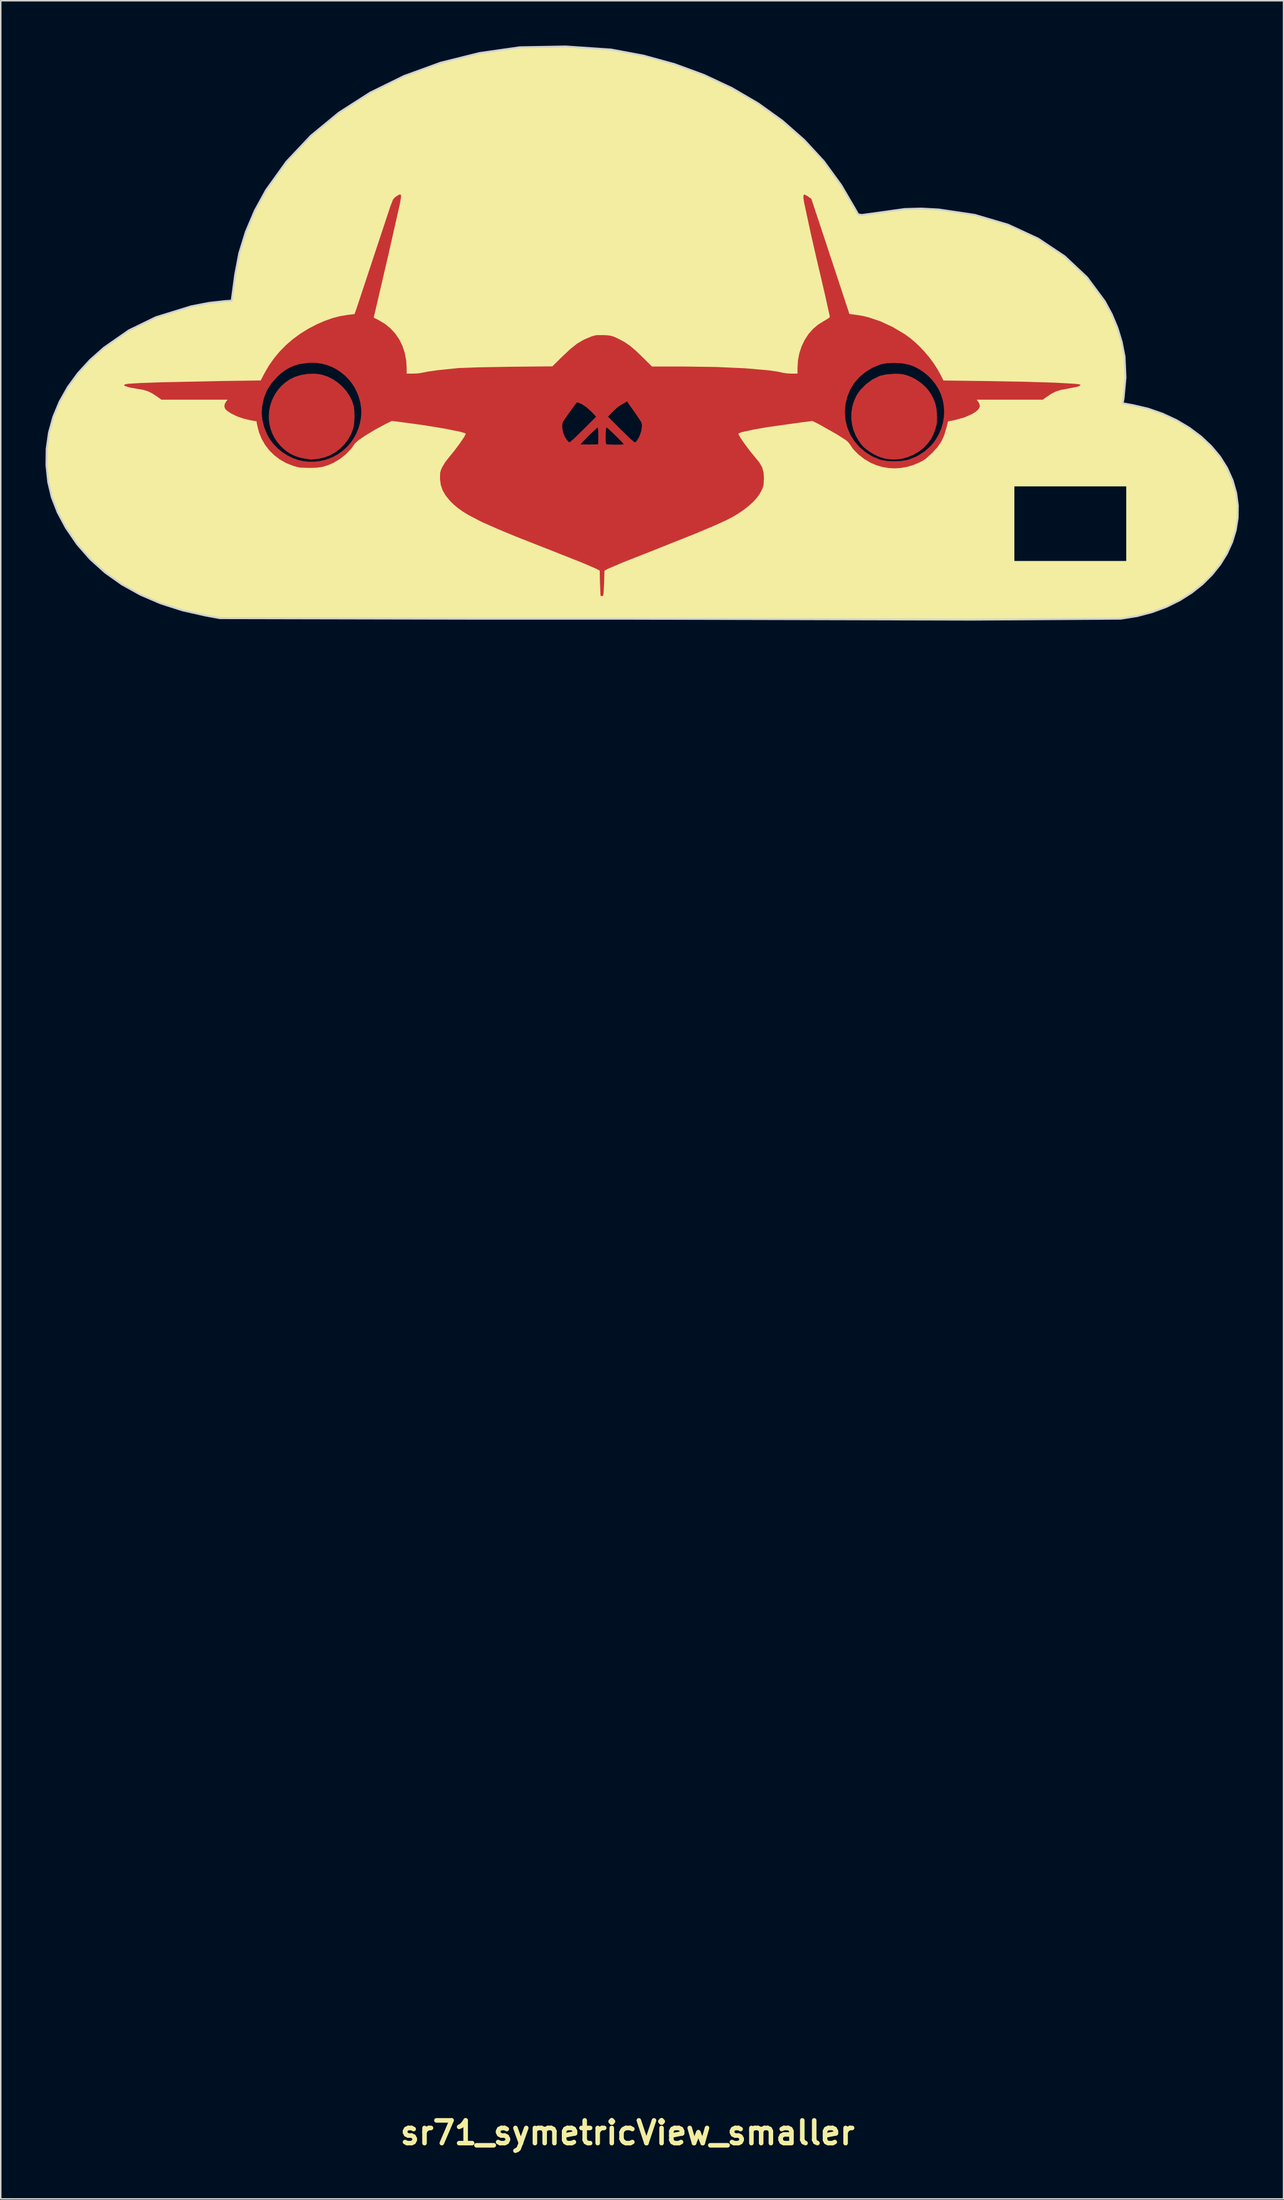
<source format=kicad_pcb>
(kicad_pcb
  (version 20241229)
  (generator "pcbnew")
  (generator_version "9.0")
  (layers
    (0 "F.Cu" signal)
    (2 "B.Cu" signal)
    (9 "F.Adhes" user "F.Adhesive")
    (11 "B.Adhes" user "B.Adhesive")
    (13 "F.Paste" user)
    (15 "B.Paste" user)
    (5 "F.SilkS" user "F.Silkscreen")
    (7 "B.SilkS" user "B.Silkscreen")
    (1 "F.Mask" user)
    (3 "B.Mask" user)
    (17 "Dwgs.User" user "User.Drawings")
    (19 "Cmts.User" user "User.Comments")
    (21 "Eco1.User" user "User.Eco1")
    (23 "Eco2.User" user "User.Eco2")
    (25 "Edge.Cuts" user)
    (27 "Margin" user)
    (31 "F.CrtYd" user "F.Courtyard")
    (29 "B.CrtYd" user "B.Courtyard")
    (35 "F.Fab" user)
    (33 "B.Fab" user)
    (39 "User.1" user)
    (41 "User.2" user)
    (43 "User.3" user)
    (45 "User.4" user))
  (footprint "sr71_symetricView_smaller"
    (layer "F.Cu")
    (at 39.016 20.484)
    (property "Reference" "sr71_symetricView_smaller" (at 0 119.418 0) (layer "F.SilkS") (effects (font (size 1.524 1.524) (thickness 0.305))))
    (attr exclude_from_pos_files exclude_from_bom)
    (fp_poly (pts (xy -21.005 1.511) (xy -21.456 1.527) (xy -21.904 1.603) (xy -22.322 1.735) (xy -22.687 1.921) (xy -22.96 2.116) (xy -23.203 2.336) (xy -23.417 2.576) (xy -23.599 2.835) (xy -23.751 3.109) (xy -23.872 3.395) (xy -23.962 3.691) (xy -24.02 3.994) (xy -24.045 4.3) (xy -24.039 4.609) (xy -23.999 4.914) (xy -23.925 5.216) (xy -23.818 5.511) (xy -23.677 5.795) (xy -23.501 6.066) (xy -23.29 6.322) (xy -23.085 6.525) (xy -22.872 6.701) (xy -22.647 6.852) (xy -22.407 6.978) (xy -22.148 7.081) (xy -21.866 7.163) (xy -21.222 7.271) (xy -20.746 7.221) (xy -20.746 7.221) (xy -20.34 7.134) (xy -19.955 6.989) (xy -19.596 6.791) (xy -19.268 6.544) (xy -18.977 6.253) (xy -18.728 5.923) (xy -18.527 5.558) (xy -18.379 5.164) (xy -18.322 4.845) (xy -18.297 4.434) (xy -18.307 4.018) (xy -18.352 3.678) (xy -18.463 3.331) (xy -18.632 2.993) (xy -18.85 2.673) (xy -19.112 2.378) (xy -19.409 2.115) (xy -19.734 1.891) (xy -20.08 1.714) (xy -20.44 1.59) (xy -20.714 1.536) (xy -21.005 1.511)) (stroke (width 0) (type solid)) (fill yes) (layer "F.Cu"))
    (fp_poly (pts (xy 17.911 1.516) (xy 17.357 1.558) (xy 16.914 1.658) (xy 16.43 1.896) (xy 15.99 2.216) (xy 15.615 2.6) (xy 15.459 2.81) (xy 15.327 3.029) (xy 15.17 3.385) (xy 15.064 3.758) (xy 15.01 4.143) (xy 15.007 4.533) (xy 15.055 4.921) (xy 15.153 5.301) (xy 15.302 5.666) (xy 15.5 6.009) (xy 15.666 6.244) (xy 15.815 6.416) (xy 15.989 6.567) (xy 16.231 6.741) (xy 16.48 6.898) (xy 16.734 7.026) (xy 16.992 7.127) (xy 17.256 7.201) (xy 17.526 7.246) (xy 17.803 7.264) (xy 18.087 7.255) (xy 18.38 7.219) (xy 18.772 7.116) (xy 19.179 6.943) (xy 19.558 6.723) (xy 19.87 6.474) (xy 20.136 6.188) (xy 20.345 5.899) (xy 20.51 5.584) (xy 20.643 5.225) (xy 20.715 4.974) (xy 20.752 4.769) (xy 20.751 4.245) (xy 20.714 3.845) (xy 20.639 3.505) (xy 20.516 3.185) (xy 20.331 2.844) (xy 20.178 2.624) (xy 19.992 2.412) (xy 19.778 2.213) (xy 19.543 2.031) (xy 19.292 1.871) (xy 19.031 1.736) (xy 18.766 1.63) (xy 18.504 1.558) (xy 18.232 1.523) (xy 17.911 1.516)) (stroke (width 0) (type solid)) (fill yes) (layer "F.Cu"))
    (fp_poly (pts (xy -4.141 -20.42) (xy -7.218 -20.366) (xy -9.932 -19.978) (xy -12.526 -19.331) (xy -14.978 -18.44) (xy -17.261 -17.317) (xy -19.352 -15.977) (xy -21.227 -14.434) (xy -22.86 -12.7) (xy -24.229 -10.789) (xy -24.98 -9.42) (xy -25.583 -8.002) (xy -26.026 -6.563) (xy -26.299 -5.134) (xy -26.47 -3.852) (xy -26.536 -3.38) (xy -26.93 -3.357) (xy -28.046 -3.236) (xy -29.255 -3.001) (xy -31.616 -2.272) (xy -33.423 -1.394) (xy -35.097 -0.23) (xy -36.026 0.594) (xy -36.834 1.475) (xy -37.516 2.409) (xy -38.07 3.388) (xy -38.494 4.408) (xy -38.784 5.463) (xy -38.938 6.546) (xy -38.952 7.653) (xy -38.835 8.771) (xy -38.591 9.8) (xy -38.2 10.804) (xy -37.642 11.847) (xy -36.89 12.947) (xy -36.011 13.947) (xy -35.009 14.845) (xy -33.888 15.638) (xy -32.651 16.325) (xy -31.303 16.903) (xy -29.847 17.369) (xy -28.286 17.721) (xy -27.323 17.897) (xy -21.325 17.909) (xy -21.325 7.412) (xy -21.674 7.382) (xy -22.057 7.302) (xy -22.434 7.17) (xy -22.797 6.989) (xy -23.141 6.768) (xy -23.456 6.508) (xy -23.737 6.217) (xy -23.977 5.898) (xy -24.168 5.558) (xy -24.357 5.083) (xy -24.474 4.617) (xy -24.519 4.157) (xy -24.491 3.706) (xy -24.369 3.135) (xy -24.169 2.633) (xy -23.878 2.171) (xy -23.48 1.721) (xy -23.255 1.514) (xy -23.023 1.334) (xy -22.782 1.181) (xy -22.531 1.054) (xy -22.268 0.951) (xy -21.991 0.873) (xy -21.39 0.787) (xy -21.197 0.779) (xy -20.839 0.794) (xy -20.493 0.845) (xy -20.156 0.932) (xy -19.833 1.055) (xy -19.524 1.213) (xy -19.23 1.405) (xy -18.953 1.63) (xy -18.693 1.89) (xy -18.473 2.163) (xy -18.283 2.463) (xy -18.125 2.784) (xy -18 3.12) (xy -17.91 3.465) (xy -17.857 3.812) (xy -17.843 4.157) (xy -17.871 4.494) (xy -17.938 4.841) (xy -18.036 5.171) (xy -18.163 5.484) (xy -18.318 5.778) (xy -18.497 6.052) (xy -18.701 6.305) (xy -18.926 6.535) (xy -19.172 6.742) (xy -19.437 6.923) (xy -19.719 7.078) (xy -20.016 7.205) (xy -20.327 7.303) (xy -20.649 7.372) (xy -20.983 7.408) (xy -21.325 7.412) (xy -21.325 17.909) (xy -6.716 17.937) (xy -6.716 17.937) (xy -3.881 17.943) (xy -3.881 6.113) (xy -3.963 6.062) (xy -4.072 5.941) (xy -4.2 5.735) (xy -4.295 5.51) (xy -4.353 5.275) (xy -4.373 5.04) (xy -4.362 4.873) (xy -4.31 4.719) (xy -3.944 4.181) (xy -3.446 3.5) (xy -3.375 3.437) (xy -3.272 3.459) (xy -3.062 3.558) (xy -2.745 3.765) (xy -2.425 4.054) (xy -2.103 4.393) (xy -2.96 5.253) (xy -3.584 5.861) (xy -3.881 6.113) (xy -3.881 17.943) (xy -2.561 17.946) (xy -2.561 6.26) (xy -3.157 6.251) (xy -2.593 5.662) (xy -1.994 5.107) (xy -1.964 5.275) (xy -1.957 5.676) (xy -1.966 6.245) (xy -2.561 6.26) (xy -2.561 17.946) (xy -0.822 17.949) (xy -0.822 6.27) (xy -1.226 6.259) (xy -1.428 6.236) (xy -1.458 6.034) (xy -1.462 5.649) (xy -1.445 5.275) (xy -1.409 5.107) (xy -1.204 5.278) (xy -0.807 5.657) (xy -0.42 6.045) (xy -0.245 6.245) (xy -0.425 6.266) (xy -0.822 6.27) (xy -0.822 17.949) (xy 0.478 17.952) (xy 0.478 6.113) (xy 0.181 5.861) (xy -0.444 5.253) (xy -1.303 4.393) (xy -0.96 4.039) (xy -0.687 3.78) (xy -0.514 3.653) (xy -0.224 3.492) (xy -0.033 3.364) (xy 0.085 3.543) (xy 0.588 4.253) (xy 0.911 4.739) (xy 0.961 4.884) (xy 0.972 5.036) (xy 0.92 5.375) (xy 0.794 5.727) (xy 0.634 6.002) (xy 0.553 6.084) (xy 0.478 6.113) (xy 0.478 17.952) (xy 17.877 17.987) (xy 17.877 7.386) (xy 17.358 7.359) (xy 16.94 7.276) (xy 16.94 7.276) (xy 16.432 7.064) (xy 15.973 6.785) (xy 15.569 6.444) (xy 15.226 6.051) (xy 14.949 5.613) (xy 14.744 5.136) (xy 14.618 4.63) (xy 14.575 4.103) (xy 14.618 3.556) (xy 14.741 3.041) (xy 14.941 2.563) (xy 15.213 2.125) (xy 15.555 1.735) (xy 15.962 1.397) (xy 16.43 1.115) (xy 16.956 0.895) (xy 17.373 0.813) (xy 17.9 0.79) (xy 18.438 0.823) (xy 18.889 0.913) (xy 19.231 1.042) (xy 19.558 1.213) (xy 19.868 1.42) (xy 20.155 1.658) (xy 20.416 1.926) (xy 20.647 2.219) (xy 20.843 2.533) (xy 21 2.863) (xy 21.125 3.238) (xy 21.201 3.624) (xy 21.23 4.016) (xy 21.212 4.411) (xy 21.147 4.802) (xy 21.036 5.186) (xy 20.879 5.557) (xy 20.677 5.91) (xy 20.508 6.145) (xy 20.319 6.363) (xy 19.887 6.747) (xy 19.391 7.053) (xy 18.843 7.272) (xy 18.402 7.357) (xy 17.877 7.386) (xy 17.877 17.987) (xy 23.089 17.998) (xy 33.073 17.934) (xy 34.008 17.785) (xy 34.008 14.613) (xy 25.508 14.613) (xy 25.508 8.612) (xy 34.008 8.612) (xy 34.008 14.613) (xy 34.008 17.785) (xy 34.155 17.762) (xy 35.176 17.495) (xy 36.132 17.139) (xy 37.016 16.703) (xy 37.824 16.193) (xy 38.55 15.618) (xy 39.189 14.984) (xy 39.738 14.297) (xy 40.188 13.567) (xy 40.537 12.8) (xy 40.779 12.002) (xy 40.908 11.184) (xy 40.92 10.349) (xy 40.809 9.507) (xy 40.57 8.665) (xy 40.199 7.829) (xy 39.726 7.077) (xy 39.137 6.371) (xy 38.446 5.722) (xy 37.664 5.138) (xy 36.806 4.627) (xy 35.883 4.198) (xy 34.91 3.86) (xy 33.898 3.622) (xy 33.198 3.495) (xy 33.259 3.17) (xy 33.389 1.767) (xy 33.326 0.364) (xy 33.136 -0.616) (xy 32.848 -1.563) (xy 32.467 -2.473) (xy 31.998 -3.342) (xy 30.807 -4.948) (xy 29.309 -6.356) (xy 27.535 -7.539) (xy 25.517 -8.473) (xy 23.288 -9.132) (xy 20.879 -9.492) (xy 19.704 -9.555) (xy 18.598 -9.525) (xy 15.711 -9.125) (xy 15.467 -9.166) (xy 15.231 -9.58) (xy 14.328 -11.126) (xy 13.164 -12.726) (xy 11.856 -14.144) (xy 10.386 -15.438) (xy 8.766 -16.602) (xy 7.012 -17.627) (xy 5.135 -18.508) (xy 3.149 -19.238) (xy 1.068 -19.808) (xy -1.095 -20.213) (xy -4.141 -20.42)) (stroke (width 0) (type solid)) (fill yes) (layer "F.Cu"))
    (fp_poly (pts (xy -1.428 6.237) (xy -1.409 5.108) (xy -0.807 5.657) (xy -0.246 6.246) (xy -1.428 6.237) (xy -1.428 6.237)) (stroke (width 0) (type solid)) (fill yes) (layer "F.Mask"))
    (fp_poly (pts (xy -3.157 6.251) (xy -2.593 5.662) (xy -1.994 5.108) (xy -1.957 5.677) (xy -1.966 6.246) (xy -2.561 6.261) (xy -3.157 6.251) (xy -3.157 6.251)) (stroke (width 0) (type solid)) (fill yes) (layer "F.Mask"))
    (fp_poly (pts (xy -4.072 5.942) (xy -4.373 5.041) (xy -3.944 4.182) (xy -3.446 3.501) (xy -3.062 3.559) (xy -2.425 4.055) (xy -2.103 4.393) (xy -2.96 5.254) (xy -3.881 6.114) (xy -4.072 5.942) (xy -4.072 5.942)) (stroke (width 0) (type solid)) (fill yes) (layer "F.Mask"))
    (fp_poly (pts (xy -0.444 5.254) (xy -1.303 4.393) (xy -0.959 4.04) (xy -0.514 3.654) (xy -0.223 3.493) (xy -0.034 3.364) (xy 0.085 3.544) (xy 0.588 4.253) (xy 0.972 5.037) (xy 0.795 5.727) (xy 0.479 6.114) (xy -0.444 5.254)) (stroke (width 0) (type solid)) (fill yes) (layer "F.Mask"))
    (fp_poly (pts (xy 17.9 0.79) (xy 17.373 0.814) (xy 16.956 0.896) (xy 16.43 1.116) (xy 15.962 1.398) (xy 15.555 1.736) (xy 15.213 2.127) (xy 14.941 2.564) (xy 14.741 3.042) (xy 14.618 3.557) (xy 14.575 4.103) (xy 14.618 4.631) (xy 14.745 5.137) (xy 14.949 5.613) (xy 15.226 6.052) (xy 15.569 6.445) (xy 15.973 6.785) (xy 16.432 7.065) (xy 16.94 7.276) (xy 16.94 7.277) (xy 17.358 7.36) (xy 17.803 7.383) (xy 17.803 7.265) (xy 17.526 7.247) (xy 17.257 7.201) (xy 16.993 7.128) (xy 16.734 7.027) (xy 16.481 6.899) (xy 16.231 6.742) (xy 15.99 6.568) (xy 15.816 6.417) (xy 15.667 6.245) (xy 15.5 6.01) (xy 15.302 5.666) (xy 15.153 5.302) (xy 15.055 4.922) (xy 15.007 4.534) (xy 15.01 4.144) (xy 15.064 3.759) (xy 15.169 3.386) (xy 15.326 3.03) (xy 15.458 2.811) (xy 15.615 2.601) (xy 15.99 2.217) (xy 16.43 1.897) (xy 16.914 1.659) (xy 17.356 1.558) (xy 17.911 1.517) (xy 17.911 1.517) (xy 18.232 1.525) (xy 18.504 1.559) (xy 18.767 1.631) (xy 19.031 1.737) (xy 19.292 1.872) (xy 19.543 2.033) (xy 19.778 2.215) (xy 19.992 2.413) (xy 20.178 2.625) (xy 20.331 2.845) (xy 20.516 3.186) (xy 20.64 3.506) (xy 20.714 3.846) (xy 20.752 4.246) (xy 20.752 4.77) (xy 20.715 4.976) (xy 20.643 5.226) (xy 20.51 5.586) (xy 20.345 5.9) (xy 20.136 6.19) (xy 19.87 6.475) (xy 19.558 6.724) (xy 19.179 6.945) (xy 18.773 7.117) (xy 18.38 7.22) (xy 18.087 7.256) (xy 17.803 7.265) (xy 17.803 7.383) (xy 17.876 7.386) (xy 18.402 7.358) (xy 18.843 7.273) (xy 19.391 7.054) (xy 19.887 6.748) (xy 20.32 6.364) (xy 20.508 6.146) (xy 20.677 5.911) (xy 20.879 5.557) (xy 21.036 5.186) (xy 21.147 4.803) (xy 21.212 4.411) (xy 21.23 4.017) (xy 21.201 3.624) (xy 21.125 3.239) (xy 21 2.864) (xy 20.843 2.533) (xy 20.646 2.219) (xy 20.416 1.927) (xy 20.155 1.659) (xy 19.868 1.42) (xy 19.558 1.213) (xy 19.231 1.043) (xy 18.889 0.913) (xy 18.438 0.823) (xy 17.9 0.79) (xy 17.9 0.79) (xy 17.9 0.79)) (stroke (width 0) (type solid)) (fill yes) (layer "F.Mask"))
    (fp_poly (pts (xy -21.197 0.779) (xy -21.39 0.786) (xy -21.991 0.872) (xy -22.268 0.95) (xy -22.531 1.053) (xy -22.782 1.18) (xy -23.023 1.333) (xy -23.255 1.513) (xy -23.48 1.72) (xy -23.878 2.171) (xy -24.17 2.633) (xy -24.369 3.135) (xy -24.491 3.705) (xy -24.518 4.157) (xy -24.474 4.616) (xy -24.357 5.083) (xy -24.168 5.557) (xy -23.977 5.898) (xy -23.737 6.216) (xy -23.456 6.507) (xy -23.141 6.767) (xy -22.798 6.989) (xy -22.434 7.169) (xy -22.057 7.301) (xy -21.674 7.382) (xy -21.325 7.412) (xy -21.223 7.411) (xy -21.223 7.271) (xy -21.866 7.163) (xy -22.148 7.081) (xy -22.407 6.978) (xy -22.647 6.852) (xy -22.872 6.702) (xy -23.085 6.526) (xy -23.29 6.322) (xy -23.501 6.067) (xy -23.677 5.795) (xy -23.818 5.511) (xy -23.925 5.216) (xy -23.999 4.915) (xy -24.039 4.608) (xy -24.046 4.301) (xy -24.02 3.994) (xy -23.962 3.691) (xy -23.873 3.395) (xy -23.751 3.109) (xy -23.599 2.835) (xy -23.416 2.576) (xy -23.203 2.336) (xy -22.96 2.117) (xy -22.688 1.921) (xy -22.323 1.736) (xy -21.904 1.603) (xy -21.457 1.527) (xy -21.005 1.511) (xy -21.005 1.511) (xy -21.005 1.511) (xy -20.714 1.536) (xy -20.44 1.589) (xy -20.08 1.714) (xy -19.734 1.891) (xy -19.409 2.115) (xy -19.112 2.378) (xy -18.851 2.673) (xy -18.632 2.993) (xy -18.463 3.331) (xy -18.352 3.678) (xy -18.307 4.018) (xy -18.298 4.435) (xy -18.322 4.845) (xy -18.379 5.164) (xy -18.527 5.559) (xy -18.728 5.923) (xy -18.977 6.253) (xy -19.268 6.544) (xy -19.596 6.791) (xy -19.955 6.989) (xy -20.34 7.134) (xy -20.746 7.221) (xy -20.746 7.221) (xy -21.223 7.271) (xy -21.223 7.411) (xy -20.983 7.408) (xy -20.65 7.371) (xy -20.327 7.303) (xy -20.016 7.205) (xy -19.719 7.077) (xy -19.437 6.922) (xy -19.172 6.741) (xy -18.926 6.534) (xy -18.701 6.304) (xy -18.497 6.051) (xy -18.317 5.777) (xy -18.163 5.483) (xy -18.036 5.17) (xy -17.938 4.84) (xy -17.871 4.493) (xy -17.843 4.157) (xy -17.857 3.812) (xy -17.91 3.464) (xy -18 3.119) (xy -18.125 2.784) (xy -18.283 2.463) (xy -18.474 2.163) (xy -18.693 1.889) (xy -18.953 1.63) (xy -19.23 1.404) (xy -19.524 1.212) (xy -19.833 1.054) (xy -20.156 0.932) (xy -20.492 0.844) (xy -20.839 0.793) (xy -21.197 0.778) (xy -21.197 0.779)) (stroke (width 0) (type solid)) (fill yes) (layer "F.Mask"))
    (fp_poly (pts (xy -4.141 -20.42) (xy -7.218 -20.366) (xy -9.932 -19.978) (xy -12.526 -19.331) (xy -14.978 -18.44) (xy -17.261 -17.317) (xy -19.352 -15.977) (xy -21.227 -14.434) (xy -22.86 -12.7) (xy -24.229 -10.79) (xy -24.98 -9.42) (xy -25.583 -8.002) (xy -26.026 -6.563) (xy -26.299 -5.134) (xy -26.47 -3.852) (xy -26.536 -3.38) (xy -26.93 -3.357) (xy -28.046 -3.236) (xy -29.255 -3.001) (xy -31.616 -2.272) (xy -33.423 -1.394) (xy -35.097 -0.23) (xy -36.026 0.594) (xy -36.834 1.475) (xy -37.516 2.409) (xy -38.07 3.388) (xy -38.494 4.408) (xy -38.784 5.463) (xy -38.938 6.546) (xy -38.952 7.653) (xy -38.835 8.771) (xy -38.591 9.8) (xy -38.2 10.804) (xy -37.642 11.847) (xy -36.89 12.947) (xy -36.011 13.947) (xy -35.009 14.845) (xy -33.888 15.638) (xy -32.651 16.325) (xy -31.303 16.903) (xy -29.847 17.369) (xy -28.286 17.721) (xy -27.323 17.897) (xy -6.716 17.937) (xy -6.716 17.937) (xy -1.687 17.948) (xy -1.687 16.424) (xy -1.76 16.416) (xy -1.806 16.371) (xy -1.845 15.509) (xy -1.859 14.716) (xy -2.071 14.597) (xy -3.037 14.181) (xy -4.903 13.442) (xy -7.523 12.411) (xy -8.607 11.96) (xy -9.765 11.452) (xy -10.673 10.978) (xy -11.045 10.747) (xy -11.369 10.516) (xy -11.649 10.282) (xy -11.891 10.043) (xy -12.187 9.681) (xy -12.393 9.328) (xy -12.517 8.964) (xy -12.569 8.57) (xy -12.558 8.157) (xy -12.514 7.997) (xy -12.432 7.8) (xy -12.224 7.446) (xy -11.93 7.073) (xy -11.613 6.686) (xy -11.251 6.2) (xy -10.954 5.768) (xy -10.831 5.542) (xy -10.932 5.484) (xy -11.215 5.404) (xy -12.216 5.2) (xy -13.605 4.972) (xy -15.156 4.76) (xy -15.802 4.681) (xy -16.237 4.895) (xy -16.882 5.241) (xy -17.517 5.622) (xy -18.02 5.963) (xy -18.267 6.183) (xy -18.529 6.553) (xy -18.874 6.91) (xy -19.273 7.227) (xy -19.696 7.478) (xy -20.087 7.651) (xy -20.445 7.758) (xy -20.832 7.814) (xy -21.31 7.83) (xy -21.939 7.807) (xy -22.169 7.761) (xy -22.438 7.68) (xy -22.886 7.499) (xy -23.3 7.266) (xy -23.674 6.984) (xy -24.005 6.658) (xy -24.288 6.293) (xy -24.52 5.892) (xy -24.698 5.46) (xy -24.816 5.002) (xy -24.872 4.701) (xy -25.266 4.635) (xy -25.747 4.523) (xy -26.21 4.358) (xy -26.611 4.159) (xy -26.907 3.945) (xy -26.993 3.825) (xy -27.023 3.685) (xy -26.997 3.537) (xy -26.917 3.394) (xy -26.807 3.254) (xy -29.026 3.254) (xy -31.244 3.254) (xy -31.53 3.05) (xy -31.852 2.837) (xy -32.14 2.694) (xy -32.446 2.6) (xy -32.826 2.533) (xy -33.384 2.435) (xy -33.691 2.338) (xy -33.744 2.293) (xy -33.727 2.252) (xy -33.637 2.216) (xy -33.472 2.188) (xy -32.677 2.139) (xy -31.193 2.087) (xy -27.225 2.003) (xy -24.592 1.968) (xy -24.336 1.482) (xy -24.036 0.966) (xy -23.694 0.479) (xy -23.311 0.02) (xy -22.889 -0.409) (xy -22.428 -0.806) (xy -21.93 -1.17) (xy -21.396 -1.501) (xy -20.828 -1.797) (xy -20.294 -2.03) (xy -19.782 -2.21) (xy -19.282 -2.341) (xy -18.785 -2.425) (xy -18.298 -2.484) (xy -18.191 -2.777) (xy -15.895 -9.708) (xy -15.723 -10.146) (xy -15.637 -10.26) (xy -15.522 -10.356) (xy -15.349 -10.469) (xy -15.239 -10.504) (xy -15.239 -10.503) (xy -15.191 -10.465) (xy -15.178 -10.359) (xy -15.246 -9.924) (xy -16.041 -6.404) (xy -16.147 -5.954) (xy -16.94 -2.552) (xy -17.015 -2.246) (xy -16.688 -2.083) (xy -16.267 -1.832) (xy -15.893 -1.53) (xy -15.57 -1.179) (xy -15.3 -0.784) (xy -15.086 -0.349) (xy -14.93 0.121) (xy -14.834 0.623) (xy -14.801 1.151) (xy -14.801 1.508) (xy -14.39 1.508) (xy -14.046 1.492) (xy -13.794 1.454) (xy -13.402 1.375) (xy -12.779 1.284) (xy -11.334 1.135) (xy -9.935 1.084) (xy -7.761 1.047) (xy -5.035 1.02) (xy -4.427 0.42) (xy -3.852 -0.123) (xy -3.383 -0.498) (xy -2.936 -0.764) (xy -2.429 -0.977) (xy -2.24 -1.038) (xy -2.066 -1.072) (xy -1.582 -1.075) (xy -1.289 -1.056) (xy -1.076 -1.021) (xy -0.874 -0.952) (xy -0.615 -0.833) (xy -0.209 -0.616) (xy 0.157 -0.368) (xy 0.548 -0.038) (xy 1.03 0.424) (xy 1.643 1.032) (xy 3.729 1.032) (xy 5.945 1.063) (xy 7.899 1.15) (xy 9.447 1.285) (xy 10.024 1.366) (xy 10.447 1.456) (xy 10.69 1.492) (xy 11.015 1.508) (xy 11.399 1.508) (xy 11.399 1.116) (xy 11.431 0.616) (xy 11.524 0.134) (xy 11.675 -0.324) (xy 11.88 -0.75) (xy 12.135 -1.14) (xy 12.437 -1.485) (xy 12.782 -1.779) (xy 13.165 -2.016) (xy 13.46 -2.19) (xy 13.54 -2.258) (xy 13.569 -2.307) (xy 13.246 -3.763) (xy 12.845 -5.478) (xy 12.696 -6.113) (xy 12.543 -6.775) (xy 12.272 -7.966) (xy 11.84 -9.967) (xy 11.79 -10.298) (xy 11.808 -10.463) (xy 11.847 -10.489) (xy 11.908 -10.481) (xy 12.1 -10.37) (xy 12.325 -10.212) (xy 12.835 -8.679) (xy 14.111 -4.818) (xy 14.878 -2.489) (xy 15.375 -2.425) (xy 15.762 -2.361) (xy 16.161 -2.267) (xy 16.977 -1.991) (xy 17.798 -1.609) (xy 18.597 -1.131) (xy 18.95 -0.875) (xy 19.298 -0.582) (xy 19.636 -0.259) (xy 19.959 0.089) (xy 20.263 0.456) (xy 20.542 0.836) (xy 20.791 1.225) (xy 21.007 1.616) (xy 21.184 1.969) (xy 23.927 2.005) (xy 26.621 2.052) (xy 28.663 2.114) (xy 29.952 2.186) (xy 30.282 2.224) (xy 30.387 2.263) (xy 30.305 2.332) (xy 30.111 2.402) (xy 29.415 2.534) (xy 29.033 2.604) (xy 28.715 2.707) (xy 28.407 2.864) (xy 28.059 3.099) (xy 27.844 3.254) (xy 25.625 3.254) (xy 23.406 3.254) (xy 23.516 3.394) (xy 23.593 3.535) (xy 23.625 3.681) (xy 23.59 3.807) (xy 23.489 3.939) (xy 23.332 4.073) (xy 23.124 4.204) (xy 22.59 4.443) (xy 21.947 4.621) (xy 21.49 4.713) (xy 21.372 5.183) (xy 21.228 5.658) (xy 21.041 6.059) (xy 20.79 6.427) (xy 20.449 6.805) (xy 19.999 7.212) (xy 19.794 7.347) (xy 19.55 7.474) (xy 19.146 7.641) (xy 18.735 7.761) (xy 18.321 7.833) (xy 17.906 7.858) (xy 17.493 7.836) (xy 17.086 7.765) (xy 16.687 7.647) (xy 16.299 7.482) (xy 15.87 7.228) (xy 15.472 6.915) (xy 15.133 6.568) (xy 14.884 6.215) (xy 14.796 6.099) (xy 14.642 5.967) (xy 14.026 5.57) (xy 12.839 4.9) (xy 12.402 4.681) (xy 11.755 4.761) (xy 9.352 5.099) (xy 8.406 5.268) (xy 7.67 5.43) (xy 7.48 5.497) (xy 7.445 5.534) (xy 7.444 5.577) (xy 7.583 5.823) (xy 7.874 6.243) (xy 8.223 6.708) (xy 8.534 7.085) (xy 8.837 7.454) (xy 9.025 7.782) (xy 9.122 8.121) (xy 9.15 8.521) (xy 9.122 8.979) (xy 9.07 9.152) (xy 8.978 9.361) (xy 8.835 9.612) (xy 8.643 9.868) (xy 8.405 10.124) (xy 8.126 10.378) (xy 7.807 10.628) (xy 7.453 10.87) (xy 7.066 11.103) (xy 6.651 11.322) (xy 5.843 11.688) (xy 4.612 12.208) (xy 1.714 13.365) (xy -0.245 14.136) (xy -1.33 14.597) (xy -1.542 14.717) (xy -1.568 15.561) (xy -1.606 16.268) (xy -1.637 16.388) (xy -1.687 16.424) (xy -1.687 17.948) (xy 23.089 17.998) (xy 33.073 17.934) (xy 33.439 17.876) (xy 33.439 14.066) (xy 25.939 14.066) (xy 25.939 9.066) (xy 33.439 9.066) (xy 33.439 14.066) (xy 33.439 17.876) (xy 34.155 17.762) (xy 35.176 17.495) (xy 36.132 17.139) (xy 37.016 16.703) (xy 37.824 16.193) (xy 38.55 15.618) (xy 39.189 14.984) (xy 39.738 14.297) (xy 40.188 13.567) (xy 40.537 12.8) (xy 40.779 12.002) (xy 40.908 11.184) (xy 40.92 10.349) (xy 40.809 9.507) (xy 40.57 8.665) (xy 40.199 7.829) (xy 39.726 7.077) (xy 39.137 6.371) (xy 38.446 5.722) (xy 37.664 5.138) (xy 36.806 4.627) (xy 35.883 4.198) (xy 34.91 3.86) (xy 33.898 3.622) (xy 33.198 3.495) (xy 33.259 3.17) (xy 33.389 1.767) (xy 33.326 0.364) (xy 33.136 -0.616) (xy 32.848 -1.563) (xy 32.467 -2.473) (xy 31.998 -3.342) (xy 30.807 -4.948) (xy 29.309 -6.356) (xy 27.535 -7.539) (xy 25.517 -8.473) (xy 23.288 -9.132) (xy 20.879 -9.492) (xy 19.704 -9.555) (xy 18.598 -9.525) (xy 15.711 -9.125) (xy 15.467 -9.166) (xy 15.231 -9.58) (xy 14.328 -11.126) (xy 13.164 -12.726) (xy 11.856 -14.144) (xy 10.386 -15.438) (xy 8.766 -16.601) (xy 7.012 -17.627) (xy 5.135 -18.508) (xy 3.149 -19.237) (xy 1.068 -19.808) (xy -1.095 -20.213) (xy -4.14 -20.42) (xy -4.141 -20.42)) (stroke (width 0) (type solid)) (fill yes) (layer "F.SilkS"))
    (fp_poly (pts (xy -10.16 17.937) (xy -27.323 17.898) (xy -28.286 17.721) (xy -29.847 17.369) (xy -31.303 16.903) (xy -32.651 16.325) (xy -33.888 15.638) (xy -35.009 14.845) (xy -36.011 13.947) (xy -36.889 12.947) (xy -37.641 11.847) (xy -38.2 10.804) (xy -38.591 9.8) (xy -38.835 8.771) (xy -38.952 7.653) (xy -38.937 6.546) (xy -38.784 5.463) (xy -38.494 4.408) (xy -38.07 3.388) (xy -37.516 2.409) (xy -36.834 1.475) (xy -36.026 0.594) (xy -35.097 -0.23) (xy -33.423 -1.394) (xy -31.615 -2.272) (xy -29.255 -3.001) (xy -28.046 -3.236) (xy -26.929 -3.357) (xy -26.536 -3.38) (xy -26.47 -3.852) (xy -26.299 -5.134) (xy -26.026 -6.563) (xy -25.583 -8.002) (xy -24.98 -9.42) (xy -24.229 -10.79) (xy -22.86 -12.7) (xy -21.226 -14.433) (xy -19.352 -15.977) (xy -17.261 -17.317) (xy -14.978 -18.44) (xy -12.527 -19.331) (xy -9.932 -19.978) (xy -7.218 -20.366) (xy -4.141 -20.42) (xy -1.096 -20.213) (xy 1.068 -19.808) (xy 3.149 -19.237) (xy 5.135 -18.508) (xy 7.011 -17.627) (xy 8.766 -16.601) (xy 10.385 -15.438) (xy 11.855 -14.144) (xy 13.163 -12.726) (xy 14.327 -11.126) (xy 15.23 -9.58) (xy 15.467 -9.167) (xy 15.711 -9.125) (xy 18.598 -9.525) (xy 19.703 -9.555) (xy 20.878 -9.492) (xy 23.288 -9.132) (xy 25.517 -8.473) (xy 27.535 -7.539) (xy 29.309 -6.355) (xy 30.807 -4.948) (xy 31.997 -3.342) (xy 32.467 -2.473) (xy 32.847 -1.563) (xy 33.135 -0.617) (xy 33.326 0.364) (xy 33.389 1.767) (xy 33.259 3.171) (xy 33.197 3.495) (xy 33.897 3.622) (xy 34.909 3.86) (xy 35.882 4.198) (xy 36.805 4.627) (xy 37.664 5.138) (xy 38.445 5.722) (xy 39.137 6.371) (xy 39.726 7.076) (xy 40.198 7.829) (xy 40.57 8.665) (xy 40.809 9.507) (xy 40.92 10.349) (xy 40.908 11.184) (xy 40.779 12.003) (xy 40.537 12.8) (xy 40.188 13.567) (xy 39.737 14.297) (xy 39.189 14.983) (xy 38.55 15.618) (xy 37.823 16.194) (xy 37.015 16.703) (xy 36.131 17.139) (xy 35.176 17.494) (xy 34.155 17.762) (xy 33.072 17.934) (xy 23.089 17.998) (xy 0 17.937) (xy -6.716 17.937)) (stroke (width 0.128) (type solid)) (fill no) (layer "Edge.Cuts")))
  (gr_rect
    (start -3 -3)
    (end 83 144.329)
    (stroke (width 0.1) (type default))
    (fill no)
    (layer "Edge.Cuts")))
</source>
